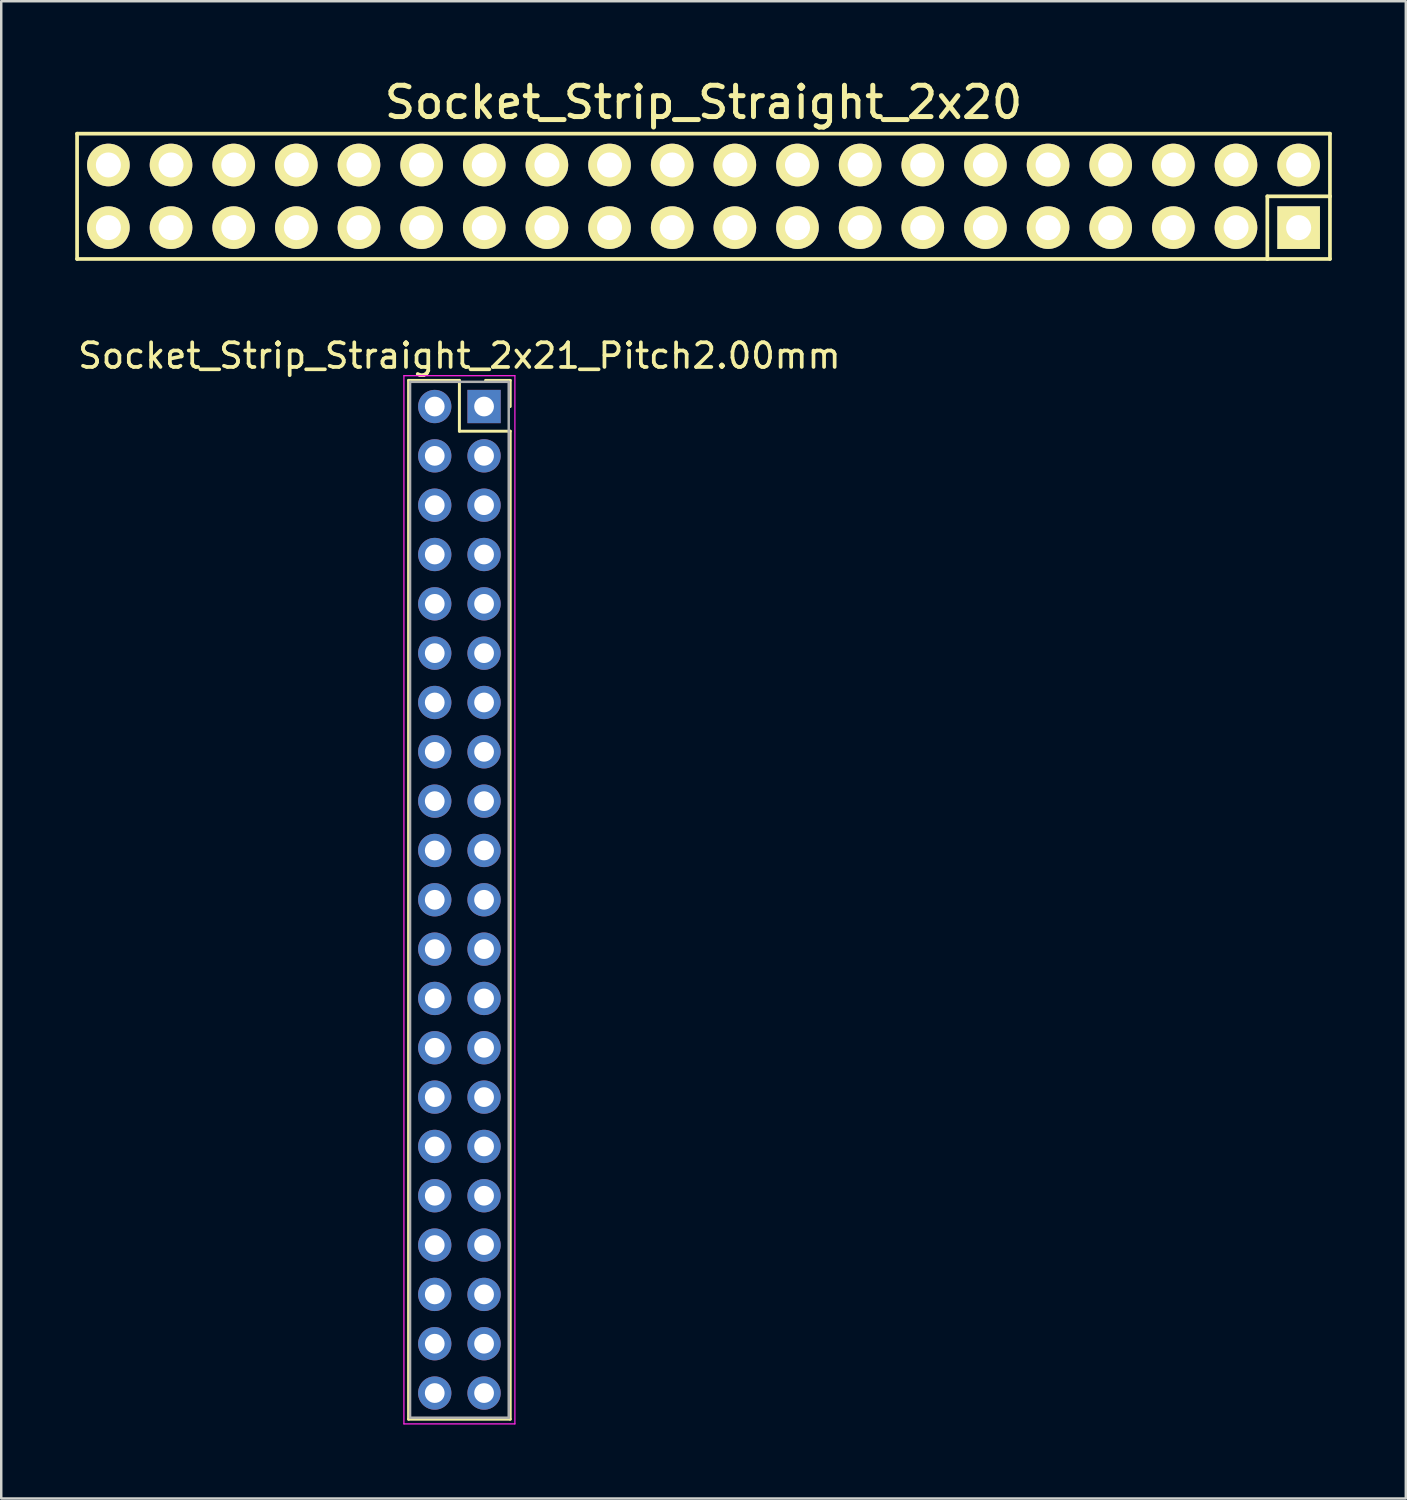
<source format=kicad_pcb>
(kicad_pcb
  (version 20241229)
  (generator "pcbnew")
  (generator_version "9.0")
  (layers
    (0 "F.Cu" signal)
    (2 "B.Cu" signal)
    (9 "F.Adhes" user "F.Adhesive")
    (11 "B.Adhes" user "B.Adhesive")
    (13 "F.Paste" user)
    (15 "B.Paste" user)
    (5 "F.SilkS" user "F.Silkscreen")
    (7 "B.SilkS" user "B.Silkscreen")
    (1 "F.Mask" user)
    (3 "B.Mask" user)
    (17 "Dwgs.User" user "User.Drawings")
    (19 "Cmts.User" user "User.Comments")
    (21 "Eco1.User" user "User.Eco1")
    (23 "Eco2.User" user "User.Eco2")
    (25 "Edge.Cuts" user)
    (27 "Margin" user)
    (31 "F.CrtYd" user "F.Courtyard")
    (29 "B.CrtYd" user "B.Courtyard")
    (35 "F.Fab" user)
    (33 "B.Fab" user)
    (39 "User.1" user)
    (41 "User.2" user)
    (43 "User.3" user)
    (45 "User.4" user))
  (footprint "Socket_Strip_Straight_2x20"
    (layer "F.Cu")
    (at 25.475 4.91)
    (property "Reference" "Socket_Strip_Straight_2x20" (at 0 -3.81 0) (layer "F.SilkS") (effects (font (size 1.27 1.27) (thickness 0.203))))
    (attr through_hole)
    (fp_line (start -25.4 -2.54) (end -25.4 2.54) (stroke (width 0.15) (type solid)) (layer "F.SilkS"))
    (fp_line (start -25.4 -2.54) (end 25.4 -2.54) (stroke (width 0.15) (type solid)) (layer "F.SilkS"))
    (fp_line (start 22.86 0) (end 22.86 2.54) (stroke (width 0.15) (type solid)) (layer "F.SilkS"))
    (fp_line (start 22.86 2.54) (end -25.4 2.54) (stroke (width 0.15) (type solid)) (layer "F.SilkS"))
    (fp_line (start 25.4 -2.54) (end 25.4 0) (stroke (width 0.15) (type solid)) (layer "F.SilkS"))
    (fp_line (start 25.4 0) (end 22.86 0) (stroke (width 0.15) (type solid)) (layer "F.SilkS"))
    (fp_line (start 25.4 2.54) (end 22.86 2.54) (stroke (width 0.15) (type solid)) (layer "F.SilkS"))
    (fp_line (start 25.4 2.54) (end 25.4 0) (stroke (width 0.15) (type solid)) (layer "F.SilkS"))
    (pad "1" thru_hole rect (at 24.13 1.27 180) (size 1.727 1.727) (drill 1.016) (layers "*.Cu" "*.Mask" "F.SilkS"))
    (pad "2" thru_hole oval (at 24.13 -1.27 180) (size 1.727 1.727) (drill 1.016) (layers "*.Cu" "*.Mask" "F.SilkS"))
    (pad "3" thru_hole oval (at 21.59 1.27 180) (size 1.727 1.727) (drill 1.016) (layers "*.Cu" "*.Mask" "F.SilkS"))
    (pad "4" thru_hole oval (at 21.59 -1.27 180) (size 1.727 1.727) (drill 1.016) (layers "*.Cu" "*.Mask" "F.SilkS"))
    (pad "5" thru_hole oval (at 19.05 1.27 180) (size 1.727 1.727) (drill 1.016) (layers "*.Cu" "*.Mask" "F.SilkS"))
    (pad "6" thru_hole oval (at 19.05 -1.27 180) (size 1.727 1.727) (drill 1.016) (layers "*.Cu" "*.Mask" "F.SilkS"))
    (pad "7" thru_hole oval (at 16.51 1.27 180) (size 1.727 1.727) (drill 1.016) (layers "*.Cu" "*.Mask" "F.SilkS"))
    (pad "8" thru_hole oval (at 16.51 -1.27 180) (size 1.727 1.727) (drill 1.016) (layers "*.Cu" "*.Mask" "F.SilkS"))
    (pad "9" thru_hole oval (at 13.97 1.27 180) (size 1.727 1.727) (drill 1.016) (layers "*.Cu" "*.Mask" "F.SilkS"))
    (pad "10" thru_hole oval (at 13.97 -1.27 180) (size 1.727 1.727) (drill 1.016) (layers "*.Cu" "*.Mask" "F.SilkS"))
    (pad "11" thru_hole oval (at 11.43 1.27 180) (size 1.727 1.727) (drill 1.016) (layers "*.Cu" "*.Mask" "F.SilkS"))
    (pad "12" thru_hole oval (at 11.43 -1.27 180) (size 1.727 1.727) (drill 1.016) (layers "*.Cu" "*.Mask" "F.SilkS"))
    (pad "13" thru_hole oval (at 8.89 1.27 180) (size 1.727 1.727) (drill 1.016) (layers "*.Cu" "*.Mask" "F.SilkS"))
    (pad "14" thru_hole oval (at 8.89 -1.27 180) (size 1.727 1.727) (drill 1.016) (layers "*.Cu" "*.Mask" "F.SilkS"))
    (pad "15" thru_hole oval (at 6.35 1.27 180) (size 1.727 1.727) (drill 1.016) (layers "*.Cu" "*.Mask" "F.SilkS"))
    (pad "16" thru_hole oval (at 6.35 -1.27 180) (size 1.727 1.727) (drill 1.016) (layers "*.Cu" "*.Mask" "F.SilkS"))
    (pad "17" thru_hole oval (at 3.81 1.27 180) (size 1.727 1.727) (drill 1.016) (layers "*.Cu" "*.Mask" "F.SilkS"))
    (pad "18" thru_hole oval (at 3.81 -1.27 180) (size 1.727 1.727) (drill 1.016) (layers "*.Cu" "*.Mask" "F.SilkS"))
    (pad "19" thru_hole oval (at 1.27 1.27 180) (size 1.727 1.727) (drill 1.016) (layers "*.Cu" "*.Mask" "F.SilkS"))
    (pad "20" thru_hole oval (at 1.27 -1.27 180) (size 1.727 1.727) (drill 1.016) (layers "*.Cu" "*.Mask" "F.SilkS"))
    (pad "21" thru_hole oval (at -1.27 1.27 180) (size 1.727 1.727) (drill 1.016) (layers "*.Cu" "*.Mask" "F.SilkS"))
    (pad "22" thru_hole oval (at -1.27 -1.27 180) (size 1.727 1.727) (drill 1.016) (layers "*.Cu" "*.Mask" "F.SilkS"))
    (pad "23" thru_hole oval (at -3.81 1.27 180) (size 1.727 1.727) (drill 1.016) (layers "*.Cu" "*.Mask" "F.SilkS"))
    (pad "24" thru_hole oval (at -3.81 -1.27 180) (size 1.727 1.727) (drill 1.016) (layers "*.Cu" "*.Mask" "F.SilkS"))
    (pad "25" thru_hole oval (at -6.35 1.27 180) (size 1.727 1.727) (drill 1.016) (layers "*.Cu" "*.Mask" "F.SilkS"))
    (pad "26" thru_hole oval (at -6.35 -1.27 180) (size 1.727 1.727) (drill 1.016) (layers "*.Cu" "*.Mask" "F.SilkS"))
    (pad "27" thru_hole oval (at -8.89 1.27 180) (size 1.727 1.727) (drill 1.016) (layers "*.Cu" "*.Mask" "F.SilkS"))
    (pad "28" thru_hole oval (at -8.89 -1.27 180) (size 1.727 1.727) (drill 1.016) (layers "*.Cu" "*.Mask" "F.SilkS"))
    (pad "29" thru_hole oval (at -11.43 1.27 180) (size 1.727 1.727) (drill 1.016) (layers "*.Cu" "*.Mask" "F.SilkS"))
    (pad "30" thru_hole oval (at -11.43 -1.27 180) (size 1.727 1.727) (drill 1.016) (layers "*.Cu" "*.Mask" "F.SilkS"))
    (pad "31" thru_hole oval (at -13.97 1.27 180) (size 1.727 1.727) (drill 1.016) (layers "*.Cu" "*.Mask" "F.SilkS"))
    (pad "32" thru_hole oval (at -13.97 -1.27 180) (size 1.727 1.727) (drill 1.016) (layers "*.Cu" "*.Mask" "F.SilkS"))
    (pad "33" thru_hole oval (at -16.51 1.27 180) (size 1.727 1.727) (drill 1.016) (layers "*.Cu" "*.Mask" "F.SilkS"))
    (pad "34" thru_hole oval (at -16.51 -1.27 180) (size 1.727 1.727) (drill 1.016) (layers "*.Cu" "*.Mask" "F.SilkS"))
    (pad "35" thru_hole oval (at -19.05 1.27 180) (size 1.727 1.727) (drill 1.016) (layers "*.Cu" "*.Mask" "F.SilkS"))
    (pad "36" thru_hole oval (at -19.05 -1.27 180) (size 1.727 1.727) (drill 1.016) (layers "*.Cu" "*.Mask" "F.SilkS"))
    (pad "37" thru_hole oval (at -21.59 1.27 180) (size 1.727 1.727) (drill 1.016) (layers "*.Cu" "*.Mask" "F.SilkS"))
    (pad "38" thru_hole oval (at -21.59 -1.27 180) (size 1.727 1.727) (drill 1.016) (layers "*.Cu" "*.Mask" "F.SilkS"))
    (pad "39" thru_hole oval (at -24.13 1.27 180) (size 1.727 1.727) (drill 1.016) (layers "*.Cu" "*.Mask" "F.SilkS"))
    (pad "40" thru_hole oval (at -24.13 -1.27 180) (size 1.727 1.727) (drill 1.016) (layers "*.Cu" "*.Mask" "F.SilkS")))
  (footprint "Socket_Strip_Straight_2x21_Pitch2.00mm"
    (layer "F.Cu")
    (at 16.577 13.433)
    (property "Reference" "Socket_Strip_Straight_2x21_Pitch2.00mm" (at -1 -2.06 0) (layer "F.SilkS") (effects (font (size 1 1) (thickness 0.15))))
    (attr through_hole)
    (fp_line (start -3.06 -1.06) (end -1 -1.06) (stroke (width 0.12) (type solid)) (layer "F.SilkS"))
    (fp_line (start -3.06 41.06) (end -3.06 -1.06) (stroke (width 0.12) (type solid)) (layer "F.SilkS"))
    (fp_line (start -1 -1.06) (end -1 1) (stroke (width 0.12) (type solid)) (layer "F.SilkS"))
    (fp_line (start -1 1) (end 1.06 1) (stroke (width 0.12) (type solid)) (layer "F.SilkS"))
    (fp_line (start 1.06 -1.06) (end 0.06 -1.06) (stroke (width 0.12) (type solid)) (layer "F.SilkS"))
    (fp_line (start 1.06 0) (end 1.06 -1.06) (stroke (width 0.12) (type solid)) (layer "F.SilkS"))
    (fp_line (start 1.06 1) (end 1.06 41.06) (stroke (width 0.12) (type solid)) (layer "F.SilkS"))
    (fp_line (start 1.06 41.06) (end -3.06 41.06) (stroke (width 0.12) (type solid)) (layer "F.SilkS"))
    (fp_line (start -3.25 -1.25) (end -3.25 41.25) (stroke (width 0.05) (type solid)) (layer "F.CrtYd"))
    (fp_line (start -3.25 41.25) (end 1.25 41.25) (stroke (width 0.05) (type solid)) (layer "F.CrtYd"))
    (fp_line (start 1.25 -1.25) (end -3.25 -1.25) (stroke (width 0.05) (type solid)) (layer "F.CrtYd"))
    (fp_line (start 1.25 41.25) (end 1.25 -1.25) (stroke (width 0.05) (type solid)) (layer "F.CrtYd"))
    (fp_line (start -3 -1) (end -3 41) (stroke (width 0.1) (type solid)) (layer "F.Fab"))
    (fp_line (start -3 41) (end 1 41) (stroke (width 0.1) (type solid)) (layer "F.Fab"))
    (fp_line (start 1 -1) (end -3 -1) (stroke (width 0.1) (type solid)) (layer "F.Fab"))
    (fp_line (start 1 41) (end 1 -1) (stroke (width 0.1) (type solid)) (layer "F.Fab"))
    (pad "1" thru_hole rect (at 0 0) (size 1.35 1.35) (drill 0.8) (layers "*.Cu" "*.Mask"))
    (pad "2" thru_hole oval (at -2 0) (size 1.35 1.35) (drill 0.8) (layers "*.Cu" "*.Mask"))
    (pad "3" thru_hole oval (at 0 2) (size 1.35 1.35) (drill 0.8) (layers "*.Cu" "*.Mask"))
    (pad "4" thru_hole oval (at -2 2) (size 1.35 1.35) (drill 0.8) (layers "*.Cu" "*.Mask"))
    (pad "5" thru_hole oval (at 0 4) (size 1.35 1.35) (drill 0.8) (layers "*.Cu" "*.Mask"))
    (pad "6" thru_hole oval (at -2 4) (size 1.35 1.35) (drill 0.8) (layers "*.Cu" "*.Mask"))
    (pad "7" thru_hole oval (at 0 6) (size 1.35 1.35) (drill 0.8) (layers "*.Cu" "*.Mask"))
    (pad "8" thru_hole oval (at -2 6) (size 1.35 1.35) (drill 0.8) (layers "*.Cu" "*.Mask"))
    (pad "9" thru_hole oval (at 0 8) (size 1.35 1.35) (drill 0.8) (layers "*.Cu" "*.Mask"))
    (pad "10" thru_hole oval (at -2 8) (size 1.35 1.35) (drill 0.8) (layers "*.Cu" "*.Mask"))
    (pad "11" thru_hole oval (at 0 10) (size 1.35 1.35) (drill 0.8) (layers "*.Cu" "*.Mask"))
    (pad "12" thru_hole oval (at -2 10) (size 1.35 1.35) (drill 0.8) (layers "*.Cu" "*.Mask"))
    (pad "13" thru_hole oval (at 0 12) (size 1.35 1.35) (drill 0.8) (layers "*.Cu" "*.Mask"))
    (pad "14" thru_hole oval (at -2 12) (size 1.35 1.35) (drill 0.8) (layers "*.Cu" "*.Mask"))
    (pad "15" thru_hole oval (at 0 14) (size 1.35 1.35) (drill 0.8) (layers "*.Cu" "*.Mask"))
    (pad "16" thru_hole oval (at -2 14) (size 1.35 1.35) (drill 0.8) (layers "*.Cu" "*.Mask"))
    (pad "17" thru_hole oval (at 0 16) (size 1.35 1.35) (drill 0.8) (layers "*.Cu" "*.Mask"))
    (pad "18" thru_hole oval (at -2 16) (size 1.35 1.35) (drill 0.8) (layers "*.Cu" "*.Mask"))
    (pad "19" thru_hole oval (at 0 18) (size 1.35 1.35) (drill 0.8) (layers "*.Cu" "*.Mask"))
    (pad "20" thru_hole oval (at -2 18) (size 1.35 1.35) (drill 0.8) (layers "*.Cu" "*.Mask"))
    (pad "21" thru_hole oval (at 0 20) (size 1.35 1.35) (drill 0.8) (layers "*.Cu" "*.Mask"))
    (pad "22" thru_hole oval (at -2 20) (size 1.35 1.35) (drill 0.8) (layers "*.Cu" "*.Mask"))
    (pad "23" thru_hole oval (at 0 22) (size 1.35 1.35) (drill 0.8) (layers "*.Cu" "*.Mask"))
    (pad "24" thru_hole oval (at -2 22) (size 1.35 1.35) (drill 0.8) (layers "*.Cu" "*.Mask"))
    (pad "25" thru_hole oval (at 0 24) (size 1.35 1.35) (drill 0.8) (layers "*.Cu" "*.Mask"))
    (pad "26" thru_hole oval (at -2 24) (size 1.35 1.35) (drill 0.8) (layers "*.Cu" "*.Mask"))
    (pad "27" thru_hole oval (at 0 26) (size 1.35 1.35) (drill 0.8) (layers "*.Cu" "*.Mask"))
    (pad "28" thru_hole oval (at -2 26) (size 1.35 1.35) (drill 0.8) (layers "*.Cu" "*.Mask"))
    (pad "29" thru_hole oval (at 0 28) (size 1.35 1.35) (drill 0.8) (layers "*.Cu" "*.Mask"))
    (pad "30" thru_hole oval (at -2 28) (size 1.35 1.35) (drill 0.8) (layers "*.Cu" "*.Mask"))
    (pad "31" thru_hole oval (at 0 30) (size 1.35 1.35) (drill 0.8) (layers "*.Cu" "*.Mask"))
    (pad "32" thru_hole oval (at -2 30) (size 1.35 1.35) (drill 0.8) (layers "*.Cu" "*.Mask"))
    (pad "33" thru_hole oval (at 0 32) (size 1.35 1.35) (drill 0.8) (layers "*.Cu" "*.Mask"))
    (pad "34" thru_hole oval (at -2 32) (size 1.35 1.35) (drill 0.8) (layers "*.Cu" "*.Mask"))
    (pad "35" thru_hole oval (at 0 34) (size 1.35 1.35) (drill 0.8) (layers "*.Cu" "*.Mask"))
    (pad "36" thru_hole oval (at -2 34) (size 1.35 1.35) (drill 0.8) (layers "*.Cu" "*.Mask"))
    (pad "37" thru_hole oval (at 0 36) (size 1.35 1.35) (drill 0.8) (layers "*.Cu" "*.Mask"))
    (pad "38" thru_hole oval (at -2 36) (size 1.35 1.35) (drill 0.8) (layers "*.Cu" "*.Mask"))
    (pad "39" thru_hole oval (at 0 38) (size 1.35 1.35) (drill 0.8) (layers "*.Cu" "*.Mask"))
    (pad "40" thru_hole oval (at -2 38) (size 1.35 1.35) (drill 0.8) (layers "*.Cu" "*.Mask"))
    (pad "41" thru_hole oval (at 0 40) (size 1.35 1.35) (drill 0.8) (layers "*.Cu" "*.Mask"))
    (pad "42" thru_hole oval (at -2 40) (size 1.35 1.35) (drill 0.8) (layers "*.Cu" "*.Mask")))
  (gr_rect
    (start -3 -3)
    (end 53.95 57.708)
    (stroke (width 0.1) (type default))
    (fill no)
    (layer "Edge.Cuts")))
</source>
